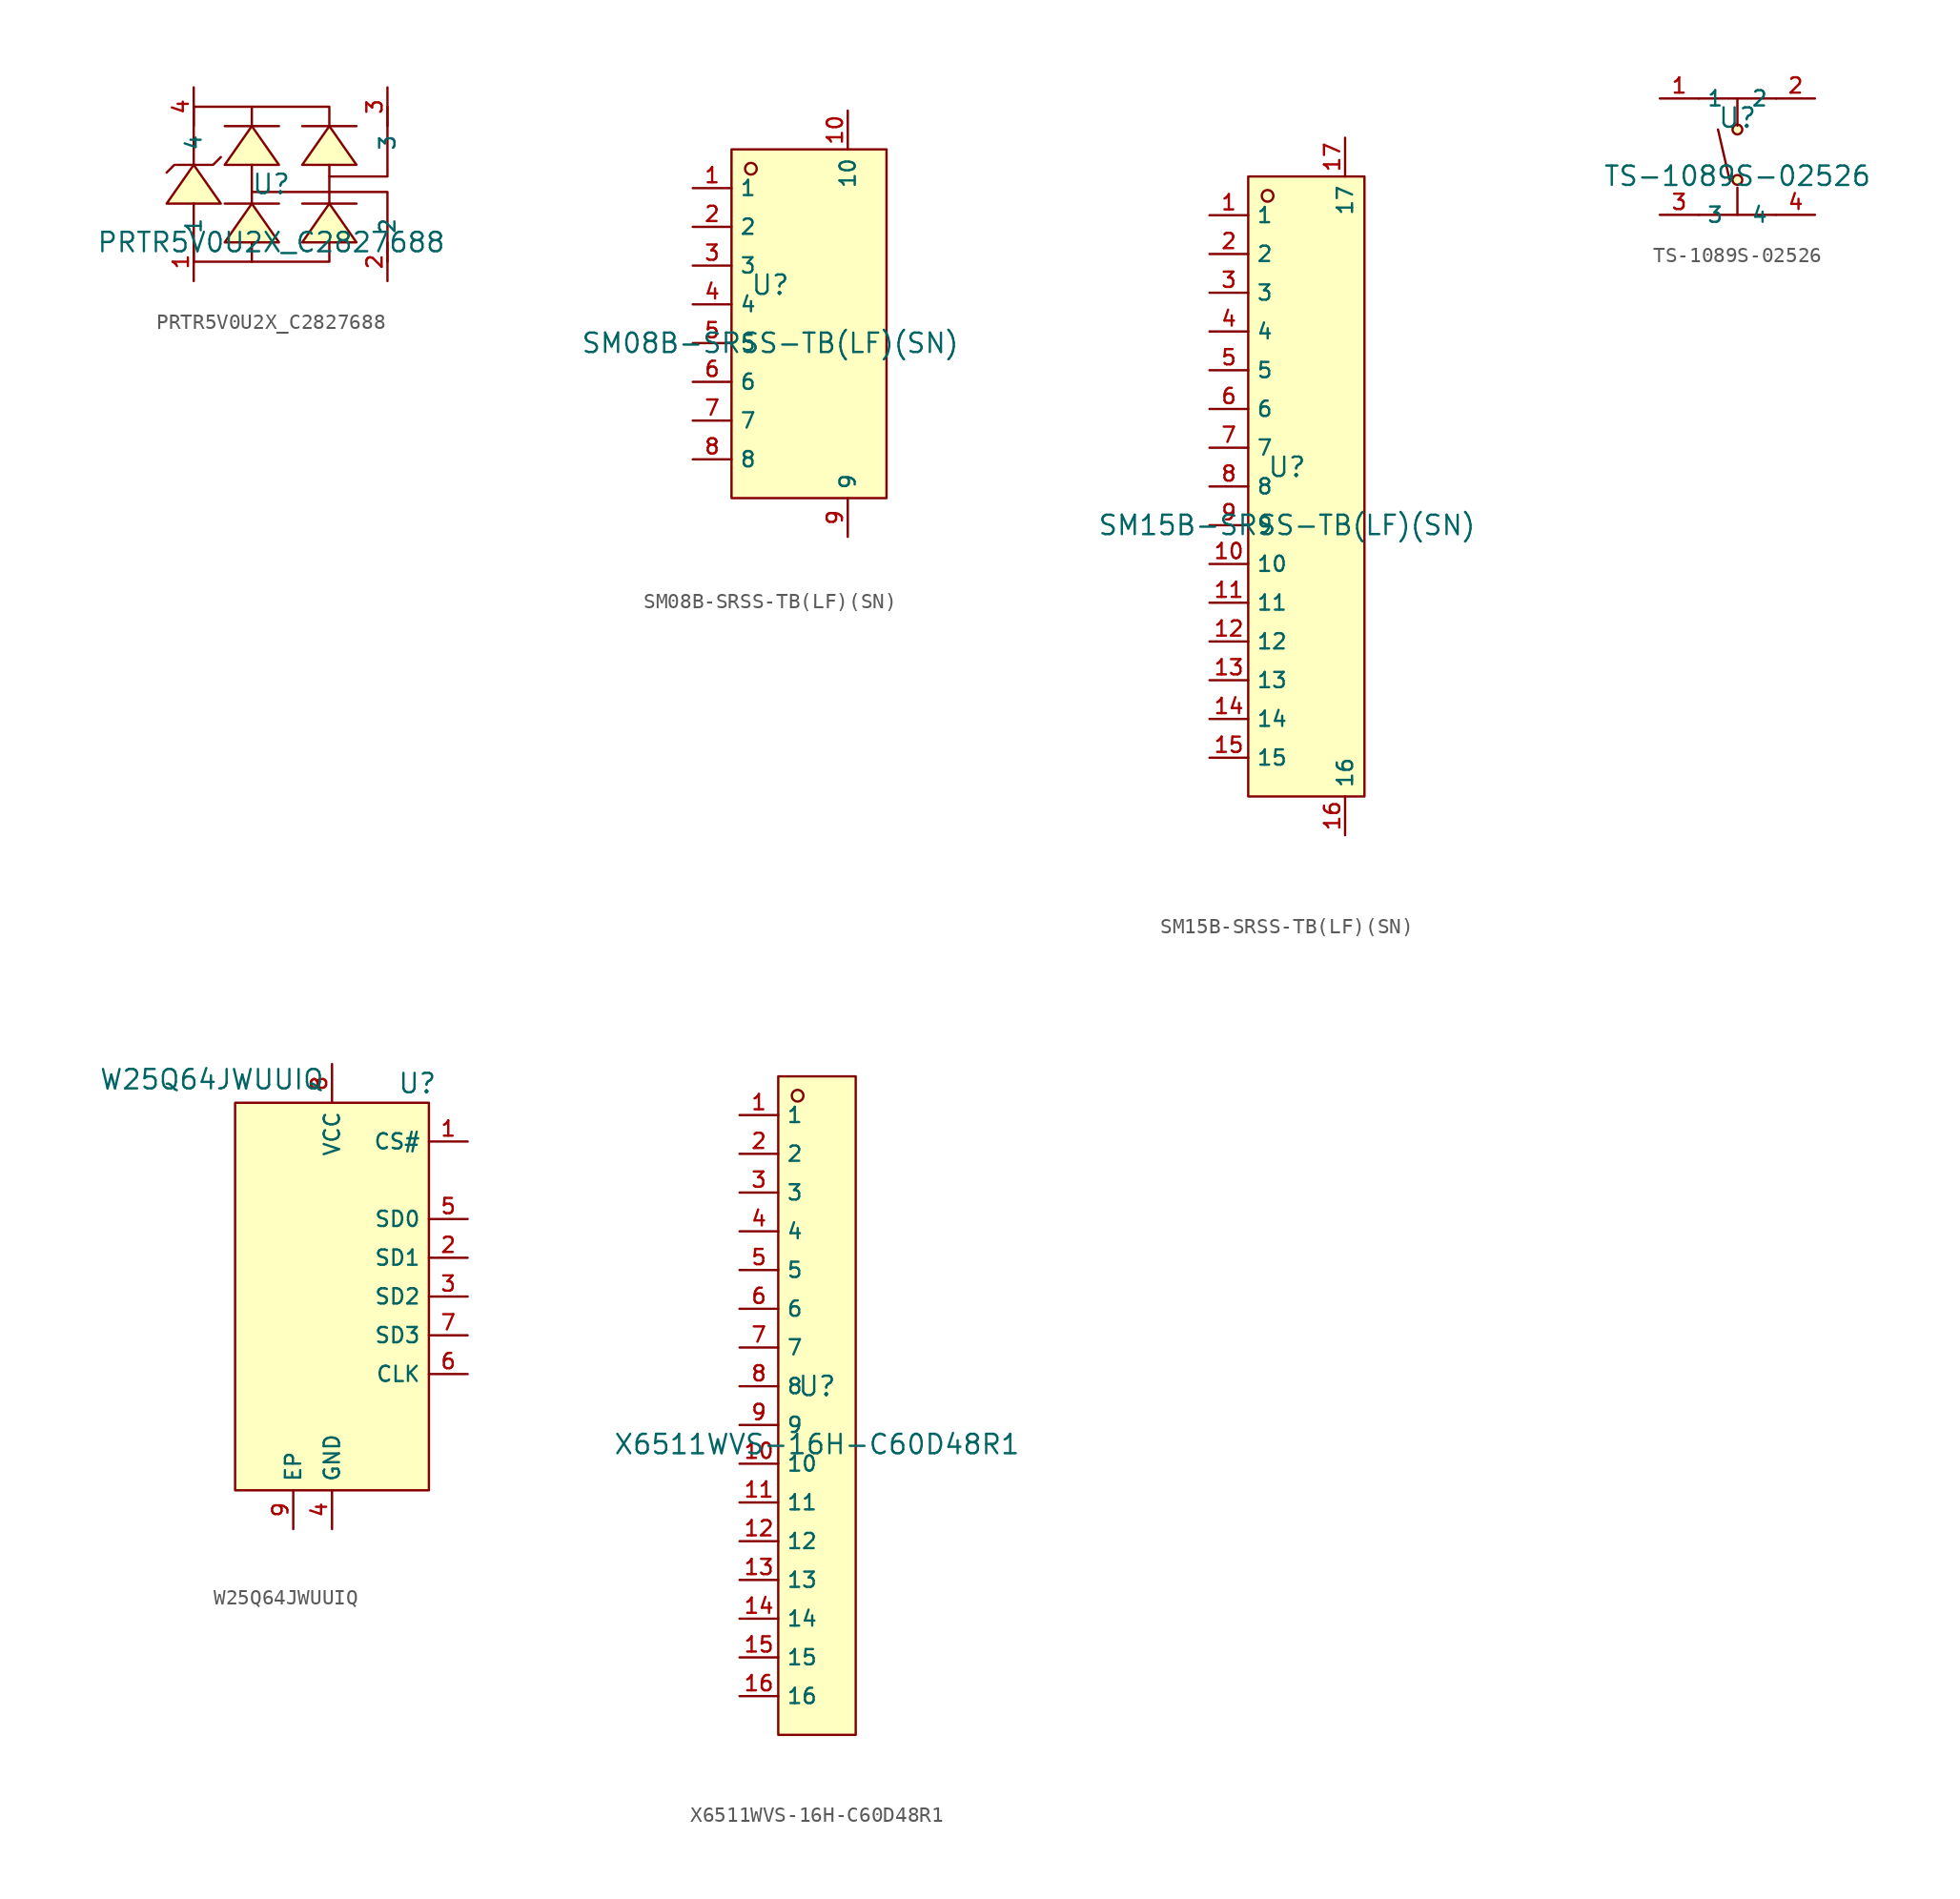
<source format=kicad_sym>
(kicad_symbol_lib
  (version 20231120)
  (generator "kicad_symbol_editor")
  (generator_version "8.0")
  (symbol "PRTR5V0U2X_C2827688"
    (property "Reference" "U"
      (at 0 1.27 0)
      (effects (font (size 1.27 1.27))))
    (property "Value" "PRTR5V0U2X_C2827688"
      (at 0 -2.54 0)
      (effects (font (size 1.27 1.27))))
    (symbol "PRTR5V0U2X_C2827688_0_1"
      (polyline (pts (xy -1.27 0) (xy -1.27 2.54)) (stroke (width 0) (type default)) (fill (type none)))
      (polyline (pts (xy 0.508 0) (xy -3.048 0)) (stroke (width 0) (type default)) (fill (type none)))
      (polyline (pts (xy 0.508 5.08) (xy -3.048 5.08)) (stroke (width 0) (type default)) (fill (type none)))
      (polyline (pts (xy 3.81 0) (xy 3.81 2.54)) (stroke (width 0) (type default)) (fill (type none)))
      (polyline (pts (xy 5.588 0) (xy 2.032 0)) (stroke (width 0) (type default)) (fill (type none)))
      (polyline (pts (xy 5.588 5.08) (xy 2.032 5.08)) (stroke (width 0) (type default)) (fill (type none)))
      (polyline (pts (xy -1.27 -3.81) (xy 3.81 -3.81) (xy 3.81 -2.54)) (stroke (width 0) (type default)) (fill (type none)))
      (polyline (pts (xy -1.27 0.762) (xy 7.62 0.762) (xy 7.62 -3.81)) (stroke (width 0) (type default)) (fill (type none)))
      (polyline (pts (xy -1.27 6.35) (xy -5.08 6.35) (xy -5.08 2.54)) (stroke (width 0) (type default)) (fill (type none)))
      (polyline (pts (xy 3.81 1.778) (xy 7.62 1.778) (xy 7.62 6.35)) (stroke (width 0) (type default)) (fill (type none)))
      (polyline (pts (xy -5.08 0) (xy -5.08 -3.81) (xy -1.27 -3.81) (xy -1.27 -2.54)) (stroke (width 0) (type default)) (fill (type none)))
      (polyline (pts (xy -3.302 0) (xy -5.08 2.54) (xy -6.858 0) (xy -3.302 0)) (stroke (width 0) (type default)) (fill (type background)))
      (polyline (pts (xy -3.302 3.048) (xy -3.81 2.54) (xy -6.35 2.54) (xy -6.858 2.032)) (stroke (width 0) (type default)) (fill (type none)))
      (polyline (pts (xy 0.508 -2.54) (xy -1.27 0) (xy -3.048 -2.54) (xy 0.508 -2.54)) (stroke (width 0) (type default)) (fill (type background)))
      (polyline (pts (xy 0.508 2.54) (xy -1.27 5.08) (xy -3.048 2.54) (xy 0.508 2.54)) (stroke (width 0) (type default)) (fill (type background)))
      (polyline (pts (xy 3.81 5.08) (xy 3.81 6.35) (xy -1.27 6.35) (xy -1.27 5.08)) (stroke (width 0) (type default)) (fill (type none)))
      (polyline (pts (xy 5.588 -2.54) (xy 3.81 0) (xy 2.032 -2.54) (xy 5.588 -2.54)) (stroke (width 0) (type default)) (fill (type background)))
      (polyline (pts (xy 5.588 2.54) (xy 3.81 5.08) (xy 2.032 2.54) (xy 5.588 2.54)) (stroke (width 0) (type default)) (fill (type background)))
      (pin unspecified line (at -5.08 -5.08 90) (length 2.54) (name "1" (effects (font (size 1 1)))) (number "1" (effects (font (size 1 1)))))
      (pin unspecified line (at 7.62 -5.08 90) (length 2.54) (name "2" (effects (font (size 1 1)))) (number "2" (effects (font (size 1 1)))))
      (pin unspecified line (at 7.62 7.62 270) (length 2.54) (name "3" (effects (font (size 1 1)))) (number "3" (effects (font (size 1 1)))))
      (pin unspecified line (at -5.08 7.62 270) (length 2.54) (name "4" (effects (font (size 1 1)))) (number "4" (effects (font (size 1 1)))))))
  (symbol "SM08B-SRSS-TB(LF)(SN)"
    (property "Reference" "U"
      (at 0 1.27 0)
      (effects (font (size 1.27 1.27))))
    (property "Value" "SM08B-SRSS-TB(LF)(SN)"
      (at 0 -2.54 0)
      (effects (font (size 1.27 1.27))))
    (symbol "SM08B-SRSS-TB(LF)(SN)_0_1"
      (rectangle (start -2.54 10.16) (end 7.62 -12.7) (stroke (width 0) (type default)) (fill (type background)))
      (circle (center -1.27 8.89) (radius 0.381) (stroke (width 0) (type default)) (fill (type background)))
      (pin unspecified line (at -5.08 7.62 0) (length 2.54) (name "1" (effects (font (size 1 1)))) (number "1" (effects (font (size 1 1)))))
      (pin unspecified line (at 5.08 12.7 270) (length 2.54) (name "10" (effects (font (size 1 1)))) (number "10" (effects (font (size 1 1)))))
      (pin unspecified line (at -5.08 5.08 0) (length 2.54) (name "2" (effects (font (size 1 1)))) (number "2" (effects (font (size 1 1)))))
      (pin unspecified line (at -5.08 2.54 0) (length 2.54) (name "3" (effects (font (size 1 1)))) (number "3" (effects (font (size 1 1)))))
      (pin unspecified line (at -5.08 0 0) (length 2.54) (name "4" (effects (font (size 1 1)))) (number "4" (effects (font (size 1 1)))))
      (pin unspecified line (at -5.08 -2.54 0) (length 2.54) (name "5" (effects (font (size 1 1)))) (number "5" (effects (font (size 1 1)))))
      (pin unspecified line (at -5.08 -5.08 0) (length 2.54) (name "6" (effects (font (size 1 1)))) (number "6" (effects (font (size 1 1)))))
      (pin unspecified line (at -5.08 -7.62 0) (length 2.54) (name "7" (effects (font (size 1 1)))) (number "7" (effects (font (size 1 1)))))
      (pin unspecified line (at -5.08 -10.16 0) (length 2.54) (name "8" (effects (font (size 1 1)))) (number "8" (effects (font (size 1 1)))))
      (pin unspecified line (at 5.08 -15.24 90) (length 2.54) (name "9" (effects (font (size 1 1)))) (number "9" (effects (font (size 1 1)))))))
  (symbol "SM15B-SRSS-TB(LF)(SN)"
    (property "Reference" "U"
      (at 0 1.27 0)
      (effects (font (size 1.27 1.27))))
    (property "Value" "SM15B-SRSS-TB(LF)(SN)"
      (at 0 -2.54 0)
      (effects (font (size 1.27 1.27))))
    (symbol "SM15B-SRSS-TB(LF)(SN)_0_1"
      (rectangle (start -2.54 20.32) (end 5.08 -20.32) (stroke (width 0) (type default) (color 0 0 0 0)) (fill (type background)))
      (circle (center -1.27 19.05) (radius 0.381) (stroke (width 0) (type default) (color 0 0 0 0)) (fill (type background)))
      (pin unspecified line (at -5.08 17.78 0) (length 2.54) (name "1" (effects (font (size 1 1)))) (number "1" (effects (font (size 1 1)))))
      (pin unspecified line (at -5.08 15.24 0) (length 2.54) (name "2" (effects (font (size 1 1)))) (number "2" (effects (font (size 1 1)))))
      (pin unspecified line (at -5.08 12.7 0) (length 2.54) (name "3" (effects (font (size 1 1)))) (number "3" (effects (font (size 1 1)))))
      (pin unspecified line (at -5.08 10.16 0) (length 2.54) (name "4" (effects (font (size 1 1)))) (number "4" (effects (font (size 1 1)))))
      (pin unspecified line (at -5.08 7.62 0) (length 2.54) (name "5" (effects (font (size 1 1)))) (number "5" (effects (font (size 1 1)))))
      (pin unspecified line (at -5.08 5.08 0) (length 2.54) (name "6" (effects (font (size 1 1)))) (number "6" (effects (font (size 1 1)))))
      (pin unspecified line (at -5.08 2.54 0) (length 2.54) (name "7" (effects (font (size 1 1)))) (number "7" (effects (font (size 1 1)))))
      (pin unspecified line (at -5.08 -0.0 0) (length 2.54) (name "8" (effects (font (size 1 1)))) (number "8" (effects (font (size 1 1)))))
      (pin unspecified line (at -5.08 -2.54 0) (length 2.54) (name "9" (effects (font (size 1 1)))) (number "9" (effects (font (size 1 1)))))
      (pin unspecified line (at -5.08 -5.08 0) (length 2.54) (name "10" (effects (font (size 1 1)))) (number "10" (effects (font (size 1 1)))))
      (pin unspecified line (at -5.08 -7.62 0) (length 2.54) (name "11" (effects (font (size 1 1)))) (number "11" (effects (font (size 1 1)))))
      (pin unspecified line (at -5.08 -10.16 0) (length 2.54) (name "12" (effects (font (size 1 1)))) (number "12" (effects (font (size 1 1)))))
      (pin unspecified line (at -5.08 -12.7 0) (length 2.54) (name "13" (effects (font (size 1 1)))) (number "13" (effects (font (size 1 1)))))
      (pin unspecified line (at -5.08 -15.24 0) (length 2.54) (name "14" (effects (font (size 1 1)))) (number "14" (effects (font (size 1 1)))))
      (pin unspecified line (at -5.08 -17.78 0) (length 2.54) (name "15" (effects (font (size 1 1)))) (number "15" (effects (font (size 1 1)))))
      (pin unspecified line (at 3.81 -22.86 90) (length 2.54) (name "16" (effects (font (size 1 1)))) (number "16" (effects (font (size 1 1)))))
      (pin unspecified line (at 3.81 22.86 270) (length 2.54) (name "17" (effects (font (size 1 1)))) (number "17" (effects (font (size 1 1)))))))
  (symbol "TS-1089S-02526"
    (property "Reference" "U"
      (at 0 1.27 0)
      (effects (font (size 1.27 1.27))))
    (property "Value" "TS-1089S-02526"
      (at 0 -2.54 0)
      (effects (font (size 1.27 1.27))))
    (symbol "TS-1089S-02526_0_1"
      (circle (center 0 -2.794) (radius 0.318) (stroke (width 0) (type default)) (fill (type background)))
      (polyline (pts (xy -2.54 -5.08) (xy 2.54 -5.08)) (stroke (width 0) (type default)) (fill (type none)))
      (polyline (pts (xy -2.54 2.54) (xy 2.54 2.54)) (stroke (width 0) (type default)) (fill (type none)))
      (polyline (pts (xy -0.508 -2.794) (xy -1.27 0.508)) (stroke (width 0) (type default)) (fill (type none)))
      (polyline (pts (xy 0 -3.302) (xy 0 -5.08)) (stroke (width 0) (type default)) (fill (type none)))
      (polyline (pts (xy 0 0.762) (xy 0 2.54)) (stroke (width 0) (type default)) (fill (type none)))
      (circle (center 0 0.508) (radius 0.318) (stroke (width 0) (type default)) (fill (type background)))
      (pin unspecified line (at -5.08 2.54 0) (length 2.54) (name "1" (effects (font (size 1 1)))) (number "1" (effects (font (size 1 1)))))
      (pin unspecified line (at 5.08 2.54 180) (length 2.54) (name "2" (effects (font (size 1 1)))) (number "2" (effects (font (size 1 1)))))
      (pin unspecified line (at -5.08 -5.08 0) (length 2.54) (name "3" (effects (font (size 1 1)))) (number "3" (effects (font (size 1 1)))))
      (pin unspecified line (at 5.08 -5.08 180) (length 2.54) (name "4" (effects (font (size 1 1)))) (number "4" (effects (font (size 1 1)))))))
  (symbol "W25Q64JWUUIQ"
    (property "Reference" "U"
      (at 5.588 13.97 0)
      (effects (font (size 1.27 1.27))))
    (property "Value" "W25Q64JWUUIQ"
      (at -7.874 14.224 0)
      (effects (font (size 1.27 1.27))))
    (symbol "W25Q64JWUUIQ_0_1"
      (rectangle (start 6.35 12.7) (end -6.35 -12.7) (stroke (width 0) (type default)) (fill (type background)))
      (pin unspecified line (at 8.89 10.16 180) (length 2.54) (name "CS#" (effects (font (size 1 1)))) (number "1" (effects (font (size 1 1)))))
      (pin unspecified line (at 0 -15.24 90) (length 2.54) (name "GND" (effects (font (size 1 1)))) (number "4" (effects (font (size 1 1)))))
      (pin unspecified line (at 8.89 -5.08 180) (length 2.54) (name "CLK" (effects (font (size 1 1)))) (number "6" (effects (font (size 1 1)))))
      (pin unspecified line (at 0 15.24 270) (length 2.54) (name "VCC" (effects (font (size 1 1)))) (number "8" (effects (font (size 1 1)))))
      (pin unspecified line (at -2.54 -15.24 90) (length 2.54) (name "EP" (effects (font (size 1 1)))) (number "9" (effects (font (size 1 1))))))
    (symbol "W25Q64JWUUIQ_1_1"
      (pin unspecified line (at 8.89 2.54 180) (length 2.54) (name "SD1" (effects (font (size 1 1)))) (number "2" (effects (font (size 1 1)))))
      (pin unspecified line (at 8.89 0 180) (length 2.54) (name "SD2" (effects (font (size 1 1)))) (number "3" (effects (font (size 1 1)))))
      (pin unspecified line (at 8.89 5.08 180) (length 2.54) (name "SD0" (effects (font (size 1 1)))) (number "5" (effects (font (size 1 1)))))
      (pin unspecified line (at 8.89 -2.54 180) (length 2.54) (name "SD3" (effects (font (size 1 1)))) (number "7" (effects (font (size 1 1)))))))
  (symbol "X6511WVS-16H-C60D48R1"
    (property "Reference" "U"
      (at 0 1.27 0)
      (effects (font (size 1.27 1.27))))
    (property "Value" "X6511WVS-16H-C60D48R1"
      (at 0 -2.54 0)
      (effects (font (size 1.27 1.27))))
    (symbol "X6511WVS-16H-C60D48R1_0_1"
      (rectangle (start -2.54 21.59) (end 2.54 -21.59) (stroke (width 0) (type default) (color 0 0 0 0)) (fill (type background)))
      (circle (center -1.27 20.32) (radius 0.381) (stroke (width 0) (type default) (color 0 0 0 0)) (fill (type background)))
      (pin unspecified line (at -5.08 19.05 0) (length 2.54) (name "1" (effects (font (size 1 1)))) (number "1" (effects (font (size 1 1)))))
      (pin unspecified line (at -5.08 16.51 0) (length 2.54) (name "2" (effects (font (size 1 1)))) (number "2" (effects (font (size 1 1)))))
      (pin unspecified line (at -5.08 13.97 0) (length 2.54) (name "3" (effects (font (size 1 1)))) (number "3" (effects (font (size 1 1)))))
      (pin unspecified line (at -5.08 11.43 0) (length 2.54) (name "4" (effects (font (size 1 1)))) (number "4" (effects (font (size 1 1)))))
      (pin unspecified line (at -5.08 8.89 0) (length 2.54) (name "5" (effects (font (size 1 1)))) (number "5" (effects (font (size 1 1)))))
      (pin unspecified line (at -5.08 6.35 0) (length 2.54) (name "6" (effects (font (size 1 1)))) (number "6" (effects (font (size 1 1)))))
      (pin unspecified line (at -5.08 3.81 0) (length 2.54) (name "7" (effects (font (size 1 1)))) (number "7" (effects (font (size 1 1)))))
      (pin unspecified line (at -5.08 1.27 0) (length 2.54) (name "8" (effects (font (size 1 1)))) (number "8" (effects (font (size 1 1)))))
      (pin unspecified line (at -5.08 -1.27 0) (length 2.54) (name "9" (effects (font (size 1 1)))) (number "9" (effects (font (size 1 1)))))
      (pin unspecified line (at -5.08 -3.81 0) (length 2.54) (name "10" (effects (font (size 1 1)))) (number "10" (effects (font (size 1 1)))))
      (pin unspecified line (at -5.08 -6.35 0) (length 2.54) (name "11" (effects (font (size 1 1)))) (number "11" (effects (font (size 1 1)))))
      (pin unspecified line (at -5.08 -8.89 0) (length 2.54) (name "12" (effects (font (size 1 1)))) (number "12" (effects (font (size 1 1)))))
      (pin unspecified line (at -5.08 -11.43 0) (length 2.54) (name "13" (effects (font (size 1 1)))) (number "13" (effects (font (size 1 1)))))
      (pin unspecified line (at -5.08 -13.97 0) (length 2.54) (name "14" (effects (font (size 1 1)))) (number "14" (effects (font (size 1 1)))))
      (pin unspecified line (at -5.08 -16.51 0) (length 2.54) (name "15" (effects (font (size 1 1)))) (number "15" (effects (font (size 1 1)))))
      (pin unspecified line (at -5.08 -19.05 0) (length 2.54) (name "16" (effects (font (size 1 1)))) (number "16" (effects (font (size 1 1))))))))
</source>
